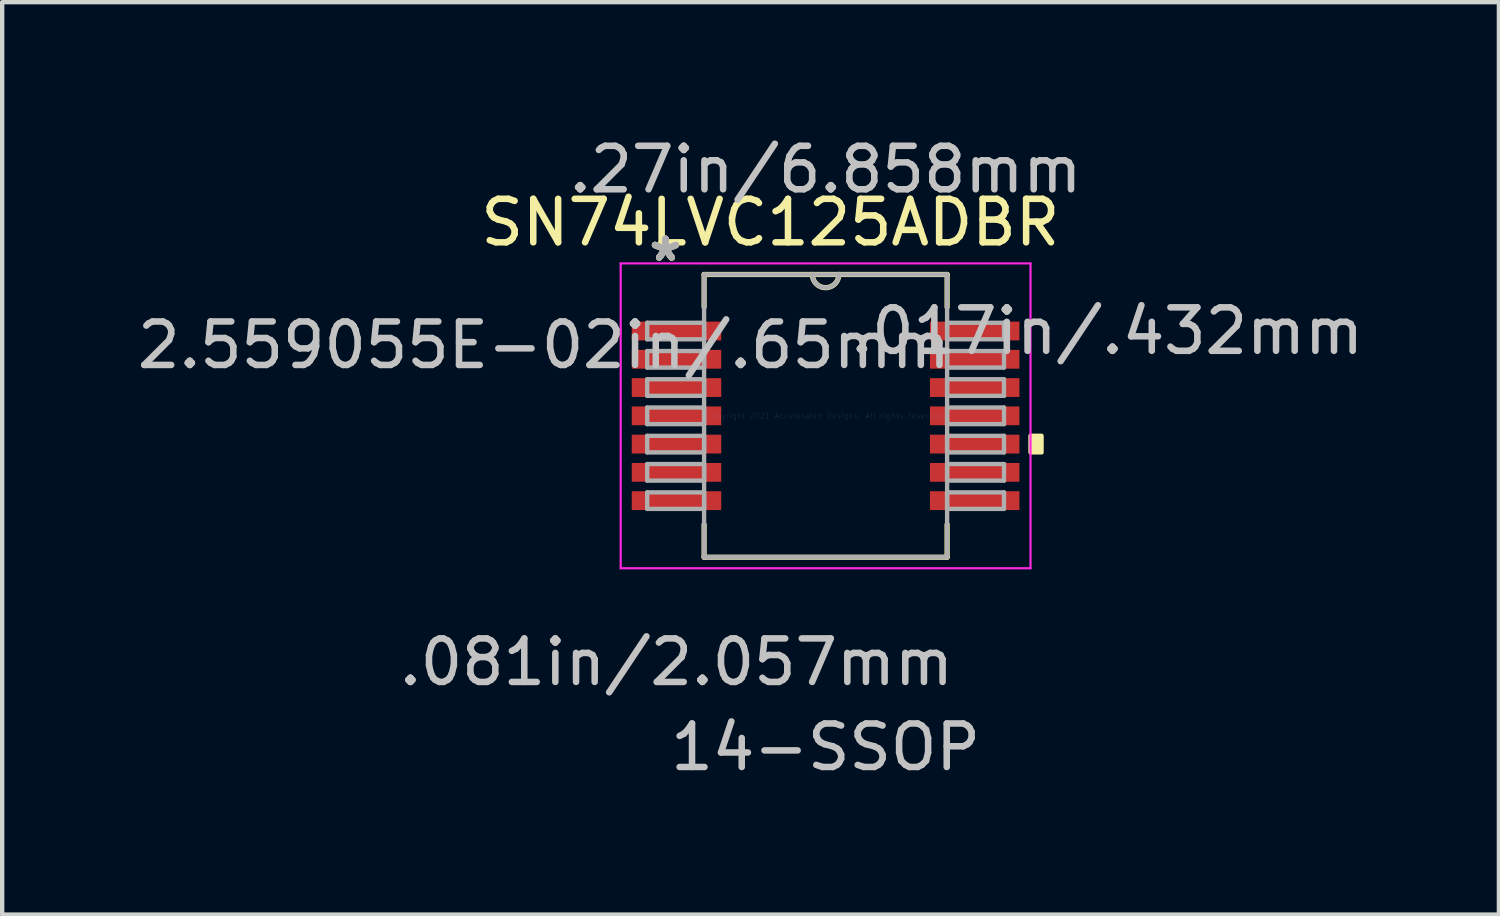
<source format=kicad_pcb>
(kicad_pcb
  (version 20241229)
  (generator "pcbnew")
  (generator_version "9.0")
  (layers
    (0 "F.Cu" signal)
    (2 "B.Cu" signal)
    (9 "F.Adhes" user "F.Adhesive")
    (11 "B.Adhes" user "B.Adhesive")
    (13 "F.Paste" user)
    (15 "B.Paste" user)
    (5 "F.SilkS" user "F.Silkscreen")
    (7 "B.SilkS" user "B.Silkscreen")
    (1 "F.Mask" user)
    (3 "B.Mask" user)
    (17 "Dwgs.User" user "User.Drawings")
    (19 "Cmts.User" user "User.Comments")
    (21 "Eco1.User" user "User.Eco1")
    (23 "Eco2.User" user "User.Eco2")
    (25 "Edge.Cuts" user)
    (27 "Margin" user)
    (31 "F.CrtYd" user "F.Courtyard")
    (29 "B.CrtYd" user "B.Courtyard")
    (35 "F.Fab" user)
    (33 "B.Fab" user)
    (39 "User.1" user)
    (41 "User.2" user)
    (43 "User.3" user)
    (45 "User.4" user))
  (footprint "SN74LVC125ADBR"
    (layer "F.Cu")
    (at 15.935 6.512)
    (property "Reference" "SN74LVC125ADBR" (at -1.27 -4.445 0) (layer "F.SilkS") (effects (font (size 1 1) (thickness 0.15))))
    (attr through_hole)
    (fp_line (start -2.794 -3.251) (end -2.794 -2.499) (stroke (width 0.12) (type solid)) (layer "F.SilkS"))
    (fp_line (start -2.794 2.499) (end -2.794 3.251) (stroke (width 0.12) (type solid)) (layer "F.SilkS"))
    (fp_line (start -2.794 3.251) (end 2.794 3.251) (stroke (width 0.12) (type solid)) (layer "F.SilkS"))
    (fp_line (start 2.794 -3.251) (end -2.794 -3.251) (stroke (width 0.12) (type solid)) (layer "F.SilkS"))
    (fp_line (start 2.794 -2.499) (end 2.794 -3.251) (stroke (width 0.12) (type solid)) (layer "F.SilkS"))
    (fp_line (start 2.794 3.251) (end 2.794 2.499) (stroke (width 0.12) (type solid)) (layer "F.SilkS"))
    (fp_arc (start 0.3048 -3.2512) (mid 0 -2.9464) (end -0.3048 -3.2512) (stroke (width 0.12) (type solid)) (layer "F.SilkS"))
    (fp_poly (pts (xy 4.966 0.459) (xy 4.966 0.84) (xy 4.712 0.84) (xy 4.712 0.459)) (stroke (width 0.1) (type solid)) (fill yes) (layer "F.SilkS"))
    (fp_line (start -4.712 -3.505) (end 4.712 -3.505) (stroke (width 0.05) (type solid)) (layer "F.CrtYd"))
    (fp_line (start -4.712 3.505) (end -4.712 -3.505) (stroke (width 0.05) (type solid)) (layer "F.CrtYd"))
    (fp_line (start 4.712 -3.505) (end 4.712 3.505) (stroke (width 0.05) (type solid)) (layer "F.CrtYd"))
    (fp_line (start 4.712 3.505) (end -4.712 3.505) (stroke (width 0.05) (type solid)) (layer "F.CrtYd"))
    (fp_line (start -4.102 -2.14) (end -4.102 -1.76) (stroke (width 0.1) (type solid)) (layer "F.Fab"))
    (fp_line (start -4.102 -1.76) (end -2.794 -1.76) (stroke (width 0.1) (type solid)) (layer "F.Fab"))
    (fp_line (start -4.102 -1.49) (end -4.102 -1.109) (stroke (width 0.1) (type solid)) (layer "F.Fab"))
    (fp_line (start -4.102 -1.109) (end -2.794 -1.109) (stroke (width 0.1) (type solid)) (layer "F.Fab"))
    (fp_line (start -4.102 -0.841) (end -4.102 -0.46) (stroke (width 0.1) (type solid)) (layer "F.Fab"))
    (fp_line (start -4.102 -0.46) (end -2.794 -0.46) (stroke (width 0.1) (type solid)) (layer "F.Fab"))
    (fp_line (start -4.102 -0.191) (end -4.102 0.191) (stroke (width 0.1) (type solid)) (layer "F.Fab"))
    (fp_line (start -4.102 0.191) (end -2.794 0.191) (stroke (width 0.1) (type solid)) (layer "F.Fab"))
    (fp_line (start -4.102 0.46) (end -4.102 0.841) (stroke (width 0.1) (type solid)) (layer "F.Fab"))
    (fp_line (start -4.102 0.841) (end -2.794 0.841) (stroke (width 0.1) (type solid)) (layer "F.Fab"))
    (fp_line (start -4.102 1.109) (end -4.102 1.49) (stroke (width 0.1) (type solid)) (layer "F.Fab"))
    (fp_line (start -4.102 1.49) (end -2.794 1.49) (stroke (width 0.1) (type solid)) (layer "F.Fab"))
    (fp_line (start -4.102 1.76) (end -4.102 2.14) (stroke (width 0.1) (type solid)) (layer "F.Fab"))
    (fp_line (start -4.102 2.14) (end -2.794 2.14) (stroke (width 0.1) (type solid)) (layer "F.Fab"))
    (fp_line (start -2.794 -3.251) (end -2.794 3.251) (stroke (width 0.1) (type solid)) (layer "F.Fab"))
    (fp_line (start -2.794 -2.14) (end -4.102 -2.14) (stroke (width 0.1) (type solid)) (layer "F.Fab"))
    (fp_line (start -2.794 -1.76) (end -2.794 -2.14) (stroke (width 0.1) (type solid)) (layer "F.Fab"))
    (fp_line (start -2.794 -1.49) (end -4.102 -1.49) (stroke (width 0.1) (type solid)) (layer "F.Fab"))
    (fp_line (start -2.794 -1.109) (end -2.794 -1.49) (stroke (width 0.1) (type solid)) (layer "F.Fab"))
    (fp_line (start -2.794 -0.841) (end -4.102 -0.841) (stroke (width 0.1) (type solid)) (layer "F.Fab"))
    (fp_line (start -2.794 -0.46) (end -2.794 -0.841) (stroke (width 0.1) (type solid)) (layer "F.Fab"))
    (fp_line (start -2.794 -0.191) (end -4.102 -0.191) (stroke (width 0.1) (type solid)) (layer "F.Fab"))
    (fp_line (start -2.794 0.191) (end -2.794 -0.191) (stroke (width 0.1) (type solid)) (layer "F.Fab"))
    (fp_line (start -2.794 0.46) (end -4.102 0.46) (stroke (width 0.1) (type solid)) (layer "F.Fab"))
    (fp_line (start -2.794 0.841) (end -2.794 0.46) (stroke (width 0.1) (type solid)) (layer "F.Fab"))
    (fp_line (start -2.794 1.109) (end -4.102 1.109) (stroke (width 0.1) (type solid)) (layer "F.Fab"))
    (fp_line (start -2.794 1.49) (end -2.794 1.109) (stroke (width 0.1) (type solid)) (layer "F.Fab"))
    (fp_line (start -2.794 1.76) (end -4.102 1.76) (stroke (width 0.1) (type solid)) (layer "F.Fab"))
    (fp_line (start -2.794 2.14) (end -2.794 1.76) (stroke (width 0.1) (type solid)) (layer "F.Fab"))
    (fp_line (start -2.794 3.251) (end 2.794 3.251) (stroke (width 0.1) (type solid)) (layer "F.Fab"))
    (fp_line (start 2.794 -3.251) (end -2.794 -3.251) (stroke (width 0.1) (type solid)) (layer "F.Fab"))
    (fp_line (start 2.794 -2.14) (end 2.794 -1.76) (stroke (width 0.1) (type solid)) (layer "F.Fab"))
    (fp_line (start 2.794 -1.76) (end 4.102 -1.76) (stroke (width 0.1) (type solid)) (layer "F.Fab"))
    (fp_line (start 2.794 -1.49) (end 2.794 -1.109) (stroke (width 0.1) (type solid)) (layer "F.Fab"))
    (fp_line (start 2.794 -1.109) (end 4.102 -1.109) (stroke (width 0.1) (type solid)) (layer "F.Fab"))
    (fp_line (start 2.794 -0.841) (end 2.794 -0.46) (stroke (width 0.1) (type solid)) (layer "F.Fab"))
    (fp_line (start 2.794 -0.46) (end 4.102 -0.46) (stroke (width 0.1) (type solid)) (layer "F.Fab"))
    (fp_line (start 2.794 -0.191) (end 2.794 0.191) (stroke (width 0.1) (type solid)) (layer "F.Fab"))
    (fp_line (start 2.794 0.191) (end 4.102 0.191) (stroke (width 0.1) (type solid)) (layer "F.Fab"))
    (fp_line (start 2.794 0.46) (end 2.794 0.841) (stroke (width 0.1) (type solid)) (layer "F.Fab"))
    (fp_line (start 2.794 0.841) (end 4.102 0.841) (stroke (width 0.1) (type solid)) (layer "F.Fab"))
    (fp_line (start 2.794 1.109) (end 2.794 1.49) (stroke (width 0.1) (type solid)) (layer "F.Fab"))
    (fp_line (start 2.794 1.49) (end 4.102 1.49) (stroke (width 0.1) (type solid)) (layer "F.Fab"))
    (fp_line (start 2.794 1.76) (end 2.794 2.14) (stroke (width 0.1) (type solid)) (layer "F.Fab"))
    (fp_line (start 2.794 2.14) (end 4.102 2.14) (stroke (width 0.1) (type solid)) (layer "F.Fab"))
    (fp_line (start 2.794 3.251) (end 2.794 -3.251) (stroke (width 0.1) (type solid)) (layer "F.Fab"))
    (fp_line (start 4.102 -2.14) (end 2.794 -2.14) (stroke (width 0.1) (type solid)) (layer "F.Fab"))
    (fp_line (start 4.102 -1.76) (end 4.102 -2.14) (stroke (width 0.1) (type solid)) (layer "F.Fab"))
    (fp_line (start 4.102 -1.49) (end 2.794 -1.49) (stroke (width 0.1) (type solid)) (layer "F.Fab"))
    (fp_line (start 4.102 -1.109) (end 4.102 -1.49) (stroke (width 0.1) (type solid)) (layer "F.Fab"))
    (fp_line (start 4.102 -0.841) (end 2.794 -0.841) (stroke (width 0.1) (type solid)) (layer "F.Fab"))
    (fp_line (start 4.102 -0.46) (end 4.102 -0.841) (stroke (width 0.1) (type solid)) (layer "F.Fab"))
    (fp_line (start 4.102 -0.191) (end 2.794 -0.191) (stroke (width 0.1) (type solid)) (layer "F.Fab"))
    (fp_line (start 4.102 0.191) (end 4.102 -0.191) (stroke (width 0.1) (type solid)) (layer "F.Fab"))
    (fp_line (start 4.102 0.46) (end 2.794 0.46) (stroke (width 0.1) (type solid)) (layer "F.Fab"))
    (fp_line (start 4.102 0.841) (end 4.102 0.46) (stroke (width 0.1) (type solid)) (layer "F.Fab"))
    (fp_line (start 4.102 1.109) (end 2.794 1.109) (stroke (width 0.1) (type solid)) (layer "F.Fab"))
    (fp_line (start 4.102 1.49) (end 4.102 1.109) (stroke (width 0.1) (type solid)) (layer "F.Fab"))
    (fp_line (start 4.102 1.76) (end 2.794 1.76) (stroke (width 0.1) (type solid)) (layer "F.Fab"))
    (fp_line (start 4.102 2.14) (end 4.102 1.76) (stroke (width 0.1) (type solid)) (layer "F.Fab"))
    (fp_arc (start 0.3048 -3.2512) (mid 0 -2.9464) (end -0.3048 -3.2512) (stroke (width 0.1) (type solid)) (layer "F.Fab"))
    (fp_text user "*" (at -3.683 -3.525 0) (layer "F.SilkS") (effects (font (size 1 1) (thickness 0.15))))
    (fp_text user "*" (at -3.683 -3.525 0) (layer "F.SilkS") (effects (font (size 1 1) (thickness 0.15))))
    (fp_text user "2.559055E-02in/.65mm" (at -6.477 -1.625 0) (layer "Dwgs.User") (effects (font (size 1 1) (thickness 0.15))))
    (fp_text user ".081in/2.057mm" (at -3.429 5.664 0) (layer "Dwgs.User") (effects (font (size 1 1) (thickness 0.15))))
    (fp_text user ".27in/6.858mm" (at 0 -5.664 0) (layer "Dwgs.User") (effects (font (size 1 1) (thickness 0.15))))
    (fp_text user "14-SSOP" (at 0 7.62 0) (layer "Dwgs.User") (effects (font (size 1 1) (thickness 0.15))))
    (fp_text user ".017in/.432mm" (at 6.477 -1.95 0) (layer "Dwgs.User") (effects (font (size 1 1) (thickness 0.15))))
    (fp_text user "Copyright 2021 Accelerated Designs. All rights reserved." (at 0 0 0) (layer "Cmts.User") (effects (font (size 0.127 0.127) (thickness 0.002))))
    (fp_text user "*" (at -3.683 -3.525 0) (layer "F.Fab") (effects (font (size 1 1) (thickness 0.15))))
    (fp_text user "*" (at -3.683 -3.525 0) (layer "F.Fab") (effects (font (size 1 1) (thickness 0.15))))
    (pad "1" smd rect (at -3.429 -1.95) (size 2.057 0.432) (layers "F.Cu" "F.Mask" "F.Paste"))
    (pad "2" smd rect (at -3.429 -1.3) (size 2.057 0.432) (layers "F.Cu" "F.Mask" "F.Paste"))
    (pad "3" smd rect (at -3.429 -0.65) (size 2.057 0.432) (layers "F.Cu" "F.Mask" "F.Paste"))
    (pad "4" smd rect (at -3.429 0) (size 2.057 0.432) (layers "F.Cu" "F.Mask" "F.Paste"))
    (pad "5" smd rect (at -3.429 0.65) (size 2.057 0.432) (layers "F.Cu" "F.Mask" "F.Paste"))
    (pad "6" smd rect (at -3.429 1.3) (size 2.057 0.432) (layers "F.Cu" "F.Mask" "F.Paste"))
    (pad "7" smd rect (at -3.429 1.95) (size 2.057 0.432) (layers "F.Cu" "F.Mask" "F.Paste"))
    (pad "8" smd rect (at 3.429 1.95) (size 2.057 0.432) (layers "F.Cu" "F.Mask" "F.Paste"))
    (pad "9" smd rect (at 3.429 1.3) (size 2.057 0.432) (layers "F.Cu" "F.Mask" "F.Paste"))
    (pad "10" smd rect (at 3.429 0.65) (size 2.057 0.432) (layers "F.Cu" "F.Mask" "F.Paste"))
    (pad "11" smd rect (at 3.429 0) (size 2.057 0.432) (layers "F.Cu" "F.Mask" "F.Paste"))
    (pad "12" smd rect (at 3.429 -0.65) (size 2.057 0.432) (layers "F.Cu" "F.Mask" "F.Paste"))
    (pad "13" smd rect (at 3.429 -1.3) (size 2.057 0.432) (layers "F.Cu" "F.Mask" "F.Paste"))
    (pad "14" smd rect (at 3.429 -1.95) (size 2.057 0.432) (layers "F.Cu" "F.Mask" "F.Paste")))
  (gr_rect
    (start -3 -3)
    (end 31.418 17.981)
    (stroke (width 0.1) (type default))
    (fill no)
    (layer "Edge.Cuts")))
</source>
